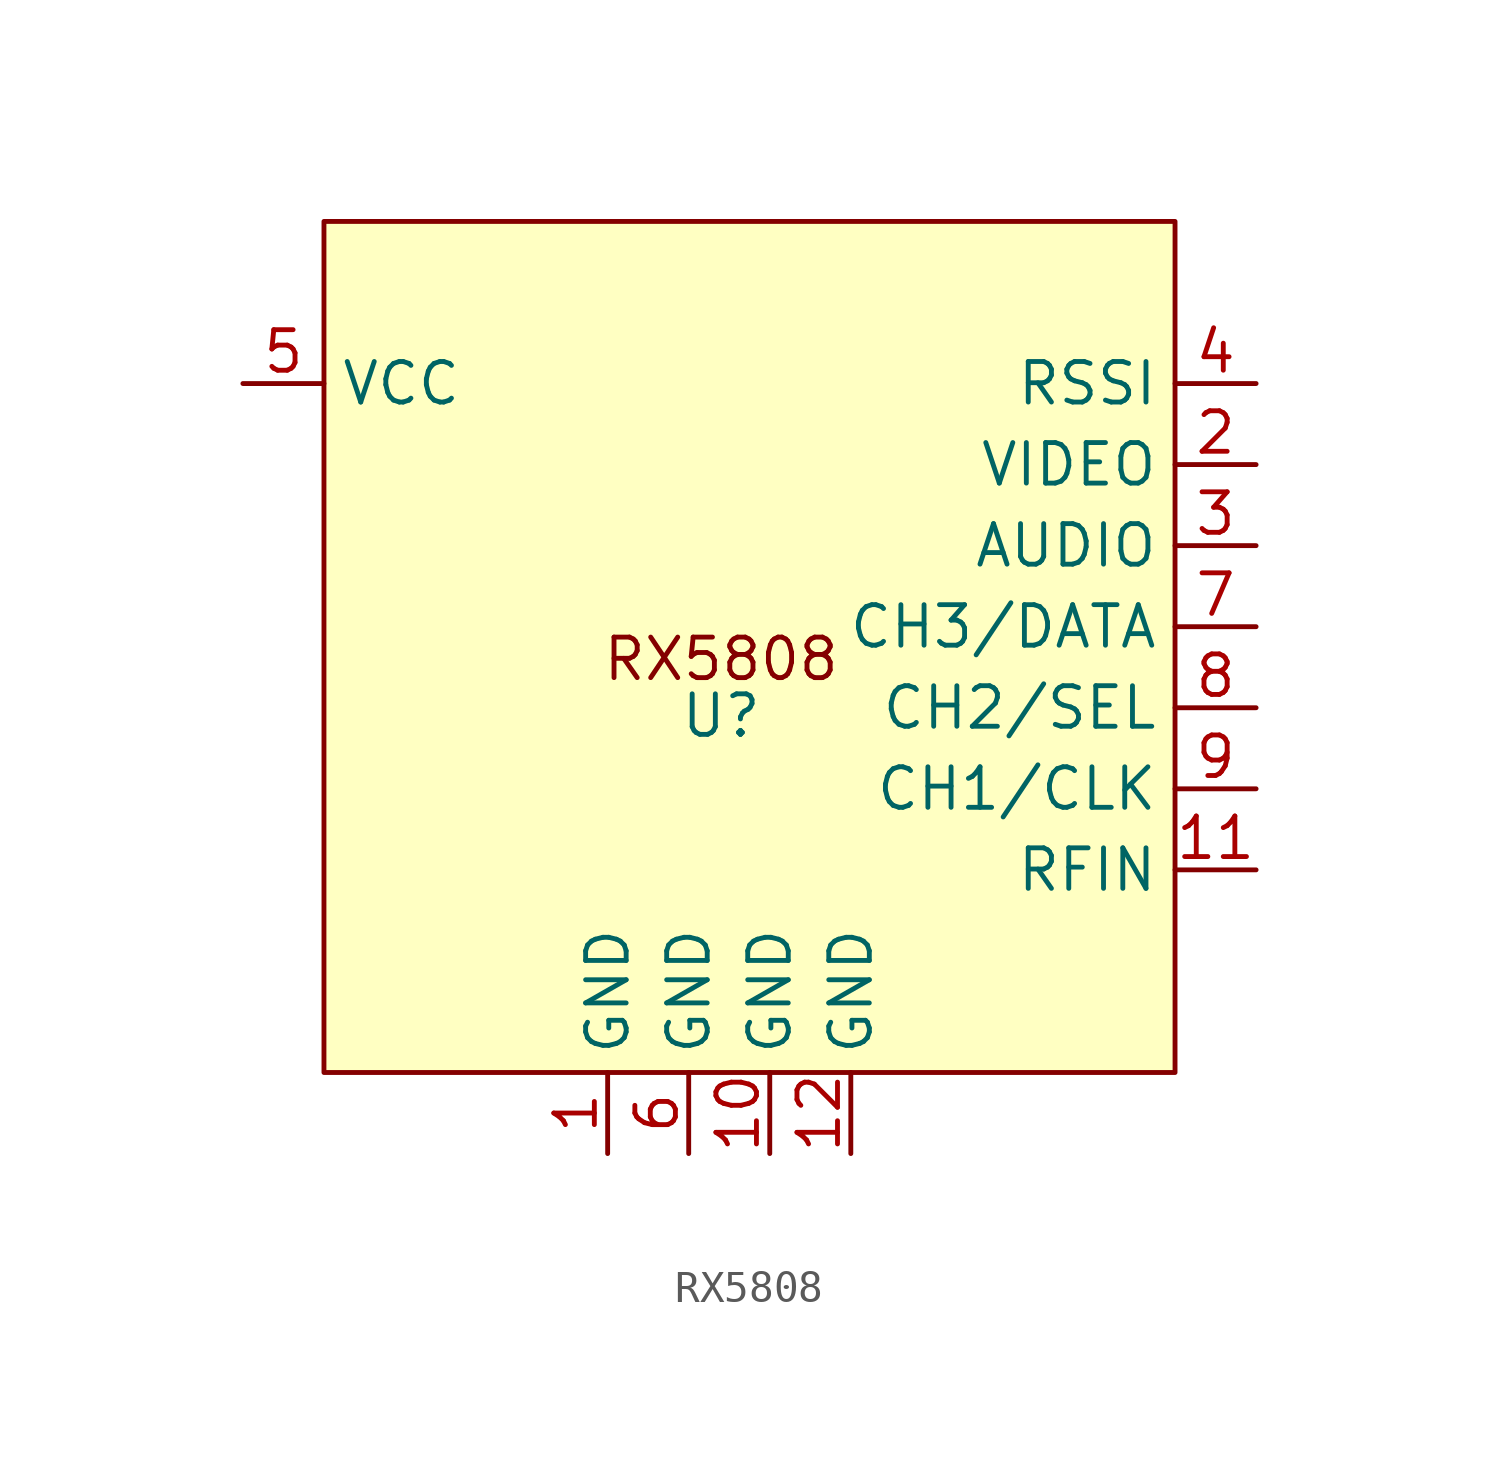
<source format=kicad_sym>
(kicad_symbol_lib
  (version 20231120)
  (generator "kicad_symbol_editor")
  (generator_version "8.0")
  (symbol "RX5808"
    (property "Reference" "U"
      (at -0.254 -1.524 0)
      (effects (font (size 1.27 1.27))))
    (property "Value" ""
      (at 7.62 -6.35 0)
      (effects (font (size 1.27 1.27))))
    (symbol "RX5808_0_1"
      (rectangle (start -12.7 13.97) (end 13.97 -12.7) (stroke (width 0) (type default)) (fill (type background))))
    (symbol "RX5808_1_1"
      (text "RX5808" (at -0.254 0.254 0) (effects (font (size 1.27 1.27))))
      (pin input line (at -3.81 -15.24 90) (length 2.54) (name "GND" (effects (font (size 1.27 1.27)))) (number "1" (effects (font (size 1.27 1.27)))))
      (pin input line (at 1.27 -15.24 90) (length 2.54) (name "GND" (effects (font (size 1.27 1.27)))) (number "10" (effects (font (size 1.27 1.27)))))
      (pin input line (at 16.51 -6.35 180) (length 2.54) (name "RFIN" (effects (font (size 1.27 1.27)))) (number "11" (effects (font (size 1.27 1.27)))))
      (pin input line (at 3.81 -15.24 90) (length 2.54) (name "GND" (effects (font (size 1.27 1.27)))) (number "12" (effects (font (size 1.27 1.27)))))
      (pin output line (at 16.51 6.35 180) (length 2.54) (name "VIDEO" (effects (font (size 1.27 1.27)))) (number "2" (effects (font (size 1.27 1.27)))))
      (pin output line (at 16.51 3.81 180) (length 2.54) (name "AUDIO" (effects (font (size 1.27 1.27)))) (number "3" (effects (font (size 1.27 1.27)))))
      (pin output line (at 16.51 8.89 180) (length 2.54) (name "RSSI" (effects (font (size 1.27 1.27)))) (number "4" (effects (font (size 1.27 1.27)))))
      (pin input line (at -15.24 8.89 0) (length 2.54) (name "VCC" (effects (font (size 1.27 1.27)))) (number "5" (effects (font (size 1.27 1.27)))))
      (pin input line (at -1.27 -15.24 90) (length 2.54) (name "GND" (effects (font (size 1.27 1.27)))) (number "6" (effects (font (size 1.27 1.27)))))
      (pin bidirectional line (at 16.51 1.27 180) (length 2.54) (name "CH3/DATA" (effects (font (size 1.27 1.27)))) (number "7" (effects (font (size 1.27 1.27)))))
      (pin bidirectional line (at 16.51 -1.27 180) (length 2.54) (name "CH2/SEL" (effects (font (size 1.27 1.27)))) (number "8" (effects (font (size 1.27 1.27)))))
      (pin bidirectional line (at 16.51 -3.81 180) (length 2.54) (name "CH1/CLK" (effects (font (size 1.27 1.27)))) (number "9" (effects (font (size 1.27 1.27))))))))
</source>
